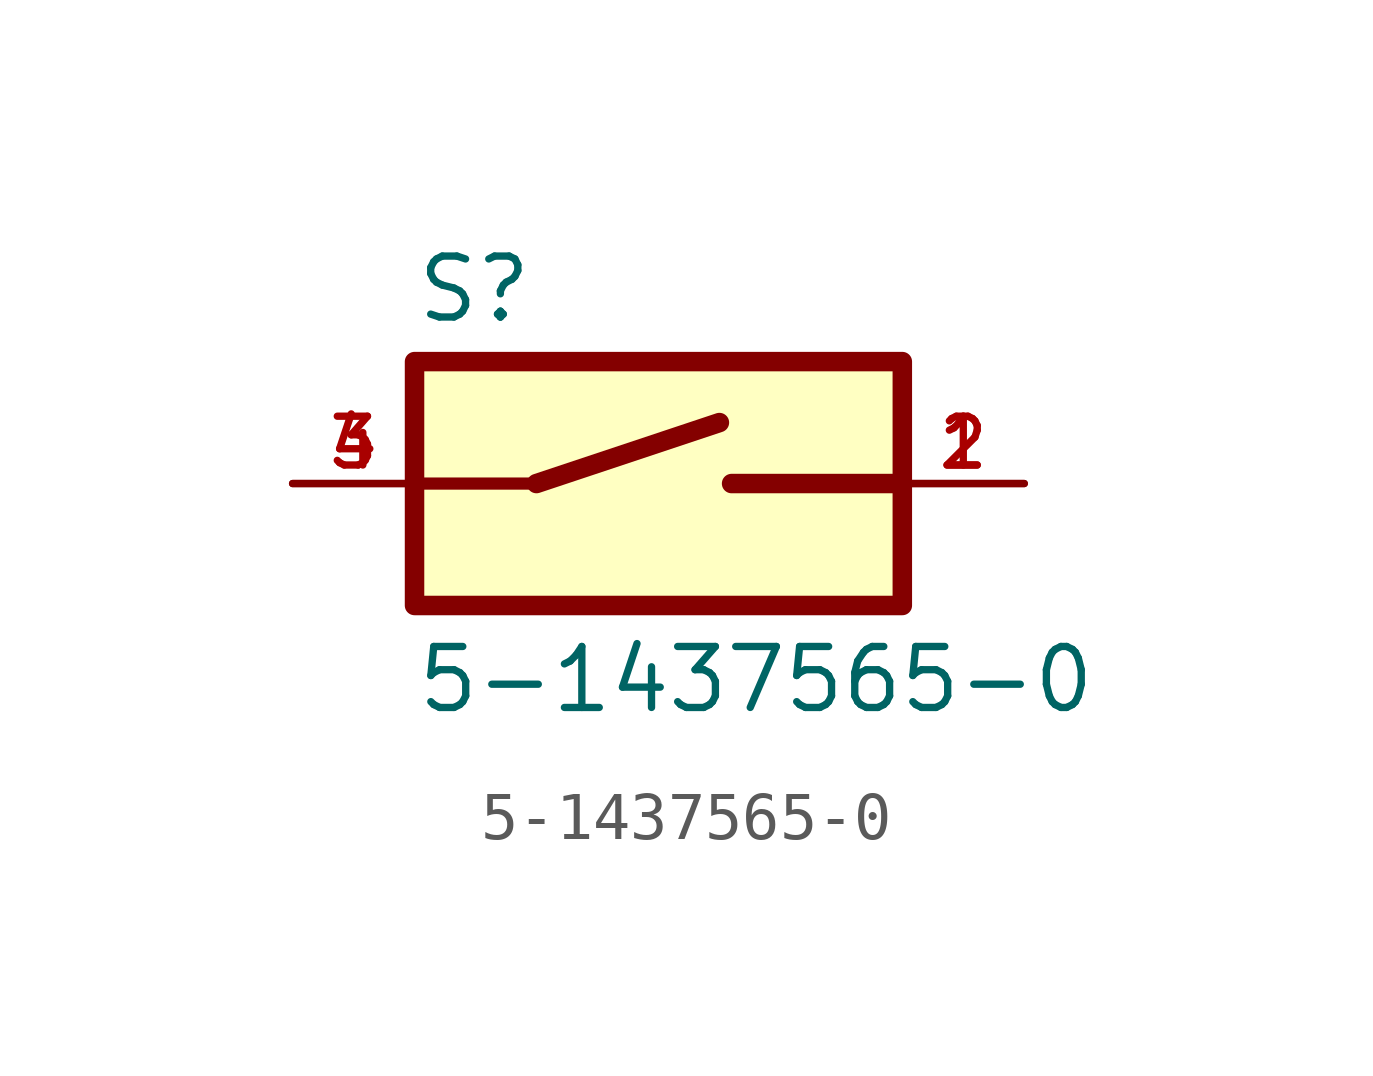
<source format=kicad_sym>
(kicad_symbol_lib
  (version 20211014)
  (generator kicad_symbol_editor)
  (symbol "5-1437565-0"
    (pin_names
      (offset 1.016))
    (property "Reference" "S"
      (at -5.085 3.305 0)
      (effects (font (size 1.27 1.27)) (justify bottom left)))
    (property "Value" "5-1437565-0"
      (at -5.082 -4.827 0)
      (effects (font (size 1.27 1.27)) (justify bottom left)))
    (symbol "5-1437565-0_0_0"
      (polyline (pts (xy -5.08 0.0) (xy -2.54 0.0)) (stroke (width 0.254)))
      (polyline (pts (xy -2.54 0.0) (xy 1.27 1.27)) (stroke (width 0.406)))
      (polyline (pts (xy 1.524 0.0) (xy 5.08 0.0)) (stroke (width 0.406)))
      (rectangle (start -5.08 -2.54) (end 5.08 2.54) (stroke (width 0.406)) (fill (type background)))
      (pin passive line (at -7.62 0.0 0) (length 2.54) (name "~" (effects (font (size 1.016 1.016)))) (number "3" (effects (font (size 1.016 1.016)))))
      (pin passive line (at -7.62 0.0 0) (length 2.54) (name "~" (effects (font (size 1.016 1.016)))) (number "4" (effects (font (size 1.016 1.016)))))
      (pin passive line (at 7.62 0.0 180.0) (length 2.54) (name "~" (effects (font (size 1.016 1.016)))) (number "1" (effects (font (size 1.016 1.016)))))
      (pin passive line (at 7.62 0.0 180.0) (length 2.54) (name "~" (effects (font (size 1.016 1.016)))) (number "2" (effects (font (size 1.016 1.016))))))))
</source>
